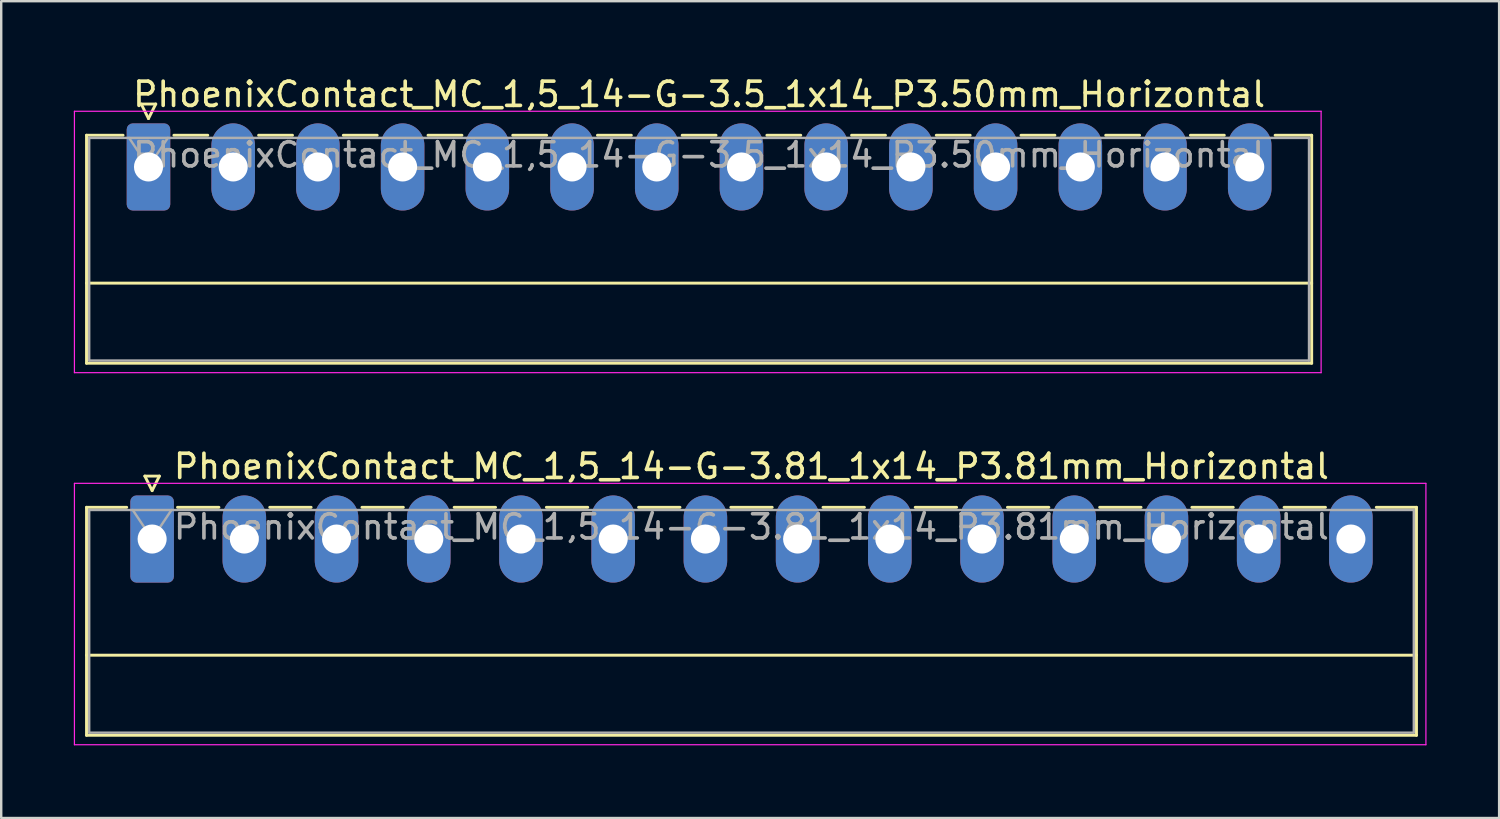
<source format=kicad_pcb>
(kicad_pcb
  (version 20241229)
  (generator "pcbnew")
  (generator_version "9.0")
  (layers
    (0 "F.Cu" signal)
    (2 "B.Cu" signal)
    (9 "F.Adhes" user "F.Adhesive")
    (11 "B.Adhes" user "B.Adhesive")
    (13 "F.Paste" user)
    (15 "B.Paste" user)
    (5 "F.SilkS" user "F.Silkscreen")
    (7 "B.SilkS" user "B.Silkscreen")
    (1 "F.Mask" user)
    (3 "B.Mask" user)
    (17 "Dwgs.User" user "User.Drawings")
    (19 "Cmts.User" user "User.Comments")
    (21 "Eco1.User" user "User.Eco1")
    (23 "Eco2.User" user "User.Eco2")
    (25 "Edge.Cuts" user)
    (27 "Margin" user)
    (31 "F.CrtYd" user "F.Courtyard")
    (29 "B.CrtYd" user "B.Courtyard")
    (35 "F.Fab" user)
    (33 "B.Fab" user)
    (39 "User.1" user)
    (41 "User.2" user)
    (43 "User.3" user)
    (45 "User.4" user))
  (footprint "PhoenixContact_MC_1,5_14-G-3.81_1x14_P3.81mm_Horizontal"
    (layer "F.Cu")
    (at 3.235 19.221)
    (property "Reference" "PhoenixContact_MC_1,5_14-G-3.81_1x14_P3.81mm_Horizontal" (at 24.76 -3 0) (layer "F.SilkS") (effects (font (size 1 1) (thickness 0.15))))
    (attr through_hole)
    (fp_line (start -2.71 -1.31) (end -2.71 8.11) (stroke (width 0.12) (type solid)) (layer "F.SilkS"))
    (fp_line (start -2.71 -1.31) (end -1.05 -1.31) (stroke (width 0.12) (type solid)) (layer "F.SilkS"))
    (fp_line (start -2.71 4.8) (end 52.24 4.8) (stroke (width 0.12) (type solid)) (layer "F.SilkS"))
    (fp_line (start -2.71 8.11) (end 52.24 8.11) (stroke (width 0.12) (type solid)) (layer "F.SilkS"))
    (fp_line (start -0.3 -2.6) (end 0.3 -2.6) (stroke (width 0.12) (type solid)) (layer "F.SilkS"))
    (fp_line (start 0 -2) (end -0.3 -2.6) (stroke (width 0.12) (type solid)) (layer "F.SilkS"))
    (fp_line (start 0.3 -2.6) (end 0 -2) (stroke (width 0.12) (type solid)) (layer "F.SilkS"))
    (fp_line (start 1.05 -1.31) (end 2.76 -1.31) (stroke (width 0.12) (type solid)) (layer "F.SilkS"))
    (fp_line (start 4.86 -1.31) (end 6.57 -1.31) (stroke (width 0.12) (type solid)) (layer "F.SilkS"))
    (fp_line (start 8.67 -1.31) (end 10.38 -1.31) (stroke (width 0.12) (type solid)) (layer "F.SilkS"))
    (fp_line (start 12.48 -1.31) (end 14.19 -1.31) (stroke (width 0.12) (type solid)) (layer "F.SilkS"))
    (fp_line (start 16.29 -1.31) (end 18 -1.31) (stroke (width 0.12) (type solid)) (layer "F.SilkS"))
    (fp_line (start 20.1 -1.31) (end 21.81 -1.31) (stroke (width 0.12) (type solid)) (layer "F.SilkS"))
    (fp_line (start 23.91 -1.31) (end 25.62 -1.31) (stroke (width 0.12) (type solid)) (layer "F.SilkS"))
    (fp_line (start 27.72 -1.31) (end 29.43 -1.31) (stroke (width 0.12) (type solid)) (layer "F.SilkS"))
    (fp_line (start 31.53 -1.31) (end 33.24 -1.31) (stroke (width 0.12) (type solid)) (layer "F.SilkS"))
    (fp_line (start 35.34 -1.31) (end 37.05 -1.31) (stroke (width 0.12) (type solid)) (layer "F.SilkS"))
    (fp_line (start 39.15 -1.31) (end 40.86 -1.31) (stroke (width 0.12) (type solid)) (layer "F.SilkS"))
    (fp_line (start 42.96 -1.31) (end 44.67 -1.31) (stroke (width 0.12) (type solid)) (layer "F.SilkS"))
    (fp_line (start 46.77 -1.31) (end 48.48 -1.31) (stroke (width 0.12) (type solid)) (layer "F.SilkS"))
    (fp_line (start 52.24 -1.31) (end 50.58 -1.31) (stroke (width 0.12) (type solid)) (layer "F.SilkS"))
    (fp_line (start 52.24 8.11) (end 52.24 -1.31) (stroke (width 0.12) (type solid)) (layer "F.SilkS"))
    (fp_line (start -3.21 -2.3) (end -3.21 8.5) (stroke (width 0.05) (type solid)) (layer "F.CrtYd"))
    (fp_line (start -3.21 8.5) (end 52.63 8.5) (stroke (width 0.05) (type solid)) (layer "F.CrtYd"))
    (fp_line (start 52.63 -2.3) (end -3.21 -2.3) (stroke (width 0.05) (type solid)) (layer "F.CrtYd"))
    (fp_line (start 52.63 8.5) (end 52.63 -2.3) (stroke (width 0.05) (type solid)) (layer "F.CrtYd"))
    (fp_line (start -2.6 -1.2) (end -2.6 8) (stroke (width 0.1) (type solid)) (layer "F.Fab"))
    (fp_line (start -2.6 8) (end 52.13 8) (stroke (width 0.1) (type solid)) (layer "F.Fab"))
    (fp_line (start 0 0) (end -0.8 -1.2) (stroke (width 0.1) (type solid)) (layer "F.Fab"))
    (fp_line (start 0.8 -1.2) (end 0 0) (stroke (width 0.1) (type solid)) (layer "F.Fab"))
    (fp_line (start 52.13 -1.2) (end -2.6 -1.2) (stroke (width 0.1) (type solid)) (layer "F.Fab"))
    (fp_line (start 52.13 8) (end 52.13 -1.2) (stroke (width 0.1) (type solid)) (layer "F.Fab"))
    (fp_text user "${REFERENCE}" (at 24.76 -0.5 0) (layer "F.Fab") (effects (font (size 1 1) (thickness 0.15))))
    (pad "1" thru_hole roundrect (at 0 0) (size 1.8 3.6) (drill 1.2) (layers "*.Cu" "*.Mask") (roundrect_rratio 0.139))
    (pad "2" thru_hole oval (at 3.81 0) (size 1.8 3.6) (drill 1.2) (layers "*.Cu" "*.Mask"))
    (pad "3" thru_hole oval (at 7.62 0) (size 1.8 3.6) (drill 1.2) (layers "*.Cu" "*.Mask"))
    (pad "4" thru_hole oval (at 11.43 0) (size 1.8 3.6) (drill 1.2) (layers "*.Cu" "*.Mask"))
    (pad "5" thru_hole oval (at 15.24 0) (size 1.8 3.6) (drill 1.2) (layers "*.Cu" "*.Mask"))
    (pad "6" thru_hole oval (at 19.05 0) (size 1.8 3.6) (drill 1.2) (layers "*.Cu" "*.Mask"))
    (pad "7" thru_hole oval (at 22.86 0) (size 1.8 3.6) (drill 1.2) (layers "*.Cu" "*.Mask"))
    (pad "8" thru_hole oval (at 26.67 0) (size 1.8 3.6) (drill 1.2) (layers "*.Cu" "*.Mask"))
    (pad "9" thru_hole oval (at 30.48 0) (size 1.8 3.6) (drill 1.2) (layers "*.Cu" "*.Mask"))
    (pad "10" thru_hole oval (at 34.29 0) (size 1.8 3.6) (drill 1.2) (layers "*.Cu" "*.Mask"))
    (pad "11" thru_hole oval (at 38.1 0) (size 1.8 3.6) (drill 1.2) (layers "*.Cu" "*.Mask"))
    (pad "12" thru_hole oval (at 41.91 0) (size 1.8 3.6) (drill 1.2) (layers "*.Cu" "*.Mask"))
    (pad "13" thru_hole oval (at 45.72 0) (size 1.8 3.6) (drill 1.2) (layers "*.Cu" "*.Mask"))
    (pad "14" thru_hole oval (at 49.53 0) (size 1.8 3.6) (drill 1.2) (layers "*.Cu" "*.Mask")))
  (footprint "PhoenixContact_MC_1,5_14-G-3.5_1x14_P3.50mm_Horizontal"
    (layer "F.Cu")
    (at 3.085 3.848)
    (property "Reference" "PhoenixContact_MC_1,5_14-G-3.5_1x14_P3.50mm_Horizontal" (at 22.75 -3 0) (layer "F.SilkS") (effects (font (size 1 1) (thickness 0.15))))
    (attr through_hole)
    (fp_line (start -2.56 -1.31) (end -2.56 8.11) (stroke (width 0.12) (type solid)) (layer "F.SilkS"))
    (fp_line (start -2.56 -1.31) (end -1.05 -1.31) (stroke (width 0.12) (type solid)) (layer "F.SilkS"))
    (fp_line (start -2.56 4.8) (end 48.06 4.8) (stroke (width 0.12) (type solid)) (layer "F.SilkS"))
    (fp_line (start -2.56 8.11) (end 48.06 8.11) (stroke (width 0.12) (type solid)) (layer "F.SilkS"))
    (fp_line (start -0.3 -2.6) (end 0.3 -2.6) (stroke (width 0.12) (type solid)) (layer "F.SilkS"))
    (fp_line (start 0 -2) (end -0.3 -2.6) (stroke (width 0.12) (type solid)) (layer "F.SilkS"))
    (fp_line (start 0.3 -2.6) (end 0 -2) (stroke (width 0.12) (type solid)) (layer "F.SilkS"))
    (fp_line (start 1.05 -1.31) (end 2.45 -1.31) (stroke (width 0.12) (type solid)) (layer "F.SilkS"))
    (fp_line (start 4.55 -1.31) (end 5.95 -1.31) (stroke (width 0.12) (type solid)) (layer "F.SilkS"))
    (fp_line (start 8.05 -1.31) (end 9.45 -1.31) (stroke (width 0.12) (type solid)) (layer "F.SilkS"))
    (fp_line (start 11.55 -1.31) (end 12.95 -1.31) (stroke (width 0.12) (type solid)) (layer "F.SilkS"))
    (fp_line (start 15.05 -1.31) (end 16.45 -1.31) (stroke (width 0.12) (type solid)) (layer "F.SilkS"))
    (fp_line (start 18.55 -1.31) (end 19.95 -1.31) (stroke (width 0.12) (type solid)) (layer "F.SilkS"))
    (fp_line (start 22.05 -1.31) (end 23.45 -1.31) (stroke (width 0.12) (type solid)) (layer "F.SilkS"))
    (fp_line (start 25.55 -1.31) (end 26.95 -1.31) (stroke (width 0.12) (type solid)) (layer "F.SilkS"))
    (fp_line (start 29.05 -1.31) (end 30.45 -1.31) (stroke (width 0.12) (type solid)) (layer "F.SilkS"))
    (fp_line (start 32.55 -1.31) (end 33.95 -1.31) (stroke (width 0.12) (type solid)) (layer "F.SilkS"))
    (fp_line (start 36.05 -1.31) (end 37.45 -1.31) (stroke (width 0.12) (type solid)) (layer "F.SilkS"))
    (fp_line (start 39.55 -1.31) (end 40.95 -1.31) (stroke (width 0.12) (type solid)) (layer "F.SilkS"))
    (fp_line (start 43.05 -1.31) (end 44.45 -1.31) (stroke (width 0.12) (type solid)) (layer "F.SilkS"))
    (fp_line (start 48.06 -1.31) (end 46.55 -1.31) (stroke (width 0.12) (type solid)) (layer "F.SilkS"))
    (fp_line (start 48.06 8.11) (end 48.06 -1.31) (stroke (width 0.12) (type solid)) (layer "F.SilkS"))
    (fp_line (start -3.06 -2.3) (end -3.06 8.5) (stroke (width 0.05) (type solid)) (layer "F.CrtYd"))
    (fp_line (start -3.06 8.5) (end 48.45 8.5) (stroke (width 0.05) (type solid)) (layer "F.CrtYd"))
    (fp_line (start 48.45 -2.3) (end -3.06 -2.3) (stroke (width 0.05) (type solid)) (layer "F.CrtYd"))
    (fp_line (start 48.45 8.5) (end 48.45 -2.3) (stroke (width 0.05) (type solid)) (layer "F.CrtYd"))
    (fp_line (start -2.45 -1.2) (end -2.45 8) (stroke (width 0.1) (type solid)) (layer "F.Fab"))
    (fp_line (start -2.45 8) (end 47.95 8) (stroke (width 0.1) (type solid)) (layer "F.Fab"))
    (fp_line (start 0 0) (end -0.8 -1.2) (stroke (width 0.1) (type solid)) (layer "F.Fab"))
    (fp_line (start 0.8 -1.2) (end 0 0) (stroke (width 0.1) (type solid)) (layer "F.Fab"))
    (fp_line (start 47.95 -1.2) (end -2.45 -1.2) (stroke (width 0.1) (type solid)) (layer "F.Fab"))
    (fp_line (start 47.95 8) (end 47.95 -1.2) (stroke (width 0.1) (type solid)) (layer "F.Fab"))
    (fp_text user "${REFERENCE}" (at 22.75 -0.5 0) (layer "F.Fab") (effects (font (size 1 1) (thickness 0.15))))
    (pad "1" thru_hole roundrect (at 0 0) (size 1.8 3.6) (drill 1.2) (layers "*.Cu" "*.Mask") (roundrect_rratio 0.139))
    (pad "2" thru_hole oval (at 3.5 0) (size 1.8 3.6) (drill 1.2) (layers "*.Cu" "*.Mask"))
    (pad "3" thru_hole oval (at 7 0) (size 1.8 3.6) (drill 1.2) (layers "*.Cu" "*.Mask"))
    (pad "4" thru_hole oval (at 10.5 0) (size 1.8 3.6) (drill 1.2) (layers "*.Cu" "*.Mask"))
    (pad "5" thru_hole oval (at 14 0) (size 1.8 3.6) (drill 1.2) (layers "*.Cu" "*.Mask"))
    (pad "6" thru_hole oval (at 17.5 0) (size 1.8 3.6) (drill 1.2) (layers "*.Cu" "*.Mask"))
    (pad "7" thru_hole oval (at 21 0) (size 1.8 3.6) (drill 1.2) (layers "*.Cu" "*.Mask"))
    (pad "8" thru_hole oval (at 24.5 0) (size 1.8 3.6) (drill 1.2) (layers "*.Cu" "*.Mask"))
    (pad "9" thru_hole oval (at 28 0) (size 1.8 3.6) (drill 1.2) (layers "*.Cu" "*.Mask"))
    (pad "10" thru_hole oval (at 31.5 0) (size 1.8 3.6) (drill 1.2) (layers "*.Cu" "*.Mask"))
    (pad "11" thru_hole oval (at 35 0) (size 1.8 3.6) (drill 1.2) (layers "*.Cu" "*.Mask"))
    (pad "12" thru_hole oval (at 38.5 0) (size 1.8 3.6) (drill 1.2) (layers "*.Cu" "*.Mask"))
    (pad "13" thru_hole oval (at 42 0) (size 1.8 3.6) (drill 1.2) (layers "*.Cu" "*.Mask"))
    (pad "14" thru_hole oval (at 45.5 0) (size 1.8 3.6) (drill 1.2) (layers "*.Cu" "*.Mask")))
  (gr_rect
    (start -3 -3)
    (end 58.89 30.747)
    (stroke (width 0.1) (type default))
    (fill no)
    (layer "Edge.Cuts")))
</source>
